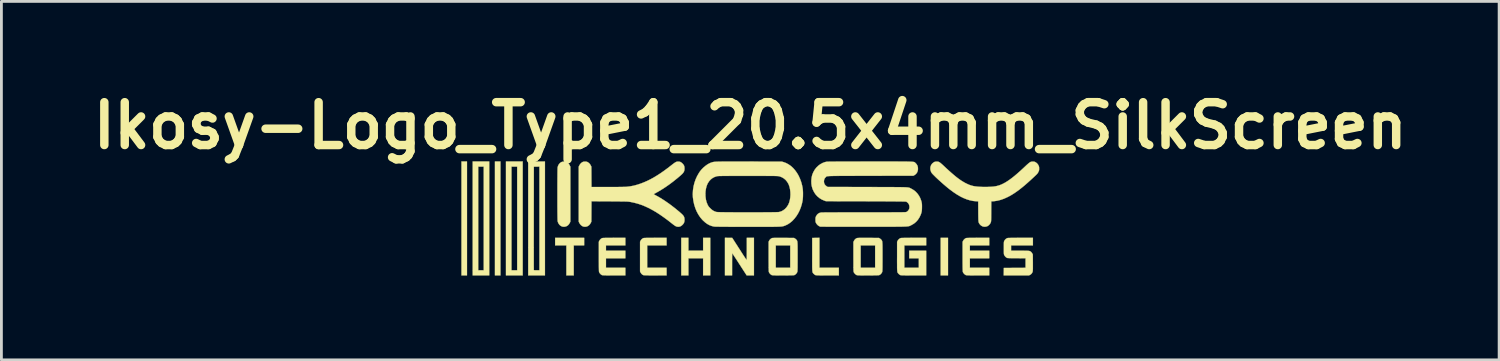
<source format=kicad_pcb>
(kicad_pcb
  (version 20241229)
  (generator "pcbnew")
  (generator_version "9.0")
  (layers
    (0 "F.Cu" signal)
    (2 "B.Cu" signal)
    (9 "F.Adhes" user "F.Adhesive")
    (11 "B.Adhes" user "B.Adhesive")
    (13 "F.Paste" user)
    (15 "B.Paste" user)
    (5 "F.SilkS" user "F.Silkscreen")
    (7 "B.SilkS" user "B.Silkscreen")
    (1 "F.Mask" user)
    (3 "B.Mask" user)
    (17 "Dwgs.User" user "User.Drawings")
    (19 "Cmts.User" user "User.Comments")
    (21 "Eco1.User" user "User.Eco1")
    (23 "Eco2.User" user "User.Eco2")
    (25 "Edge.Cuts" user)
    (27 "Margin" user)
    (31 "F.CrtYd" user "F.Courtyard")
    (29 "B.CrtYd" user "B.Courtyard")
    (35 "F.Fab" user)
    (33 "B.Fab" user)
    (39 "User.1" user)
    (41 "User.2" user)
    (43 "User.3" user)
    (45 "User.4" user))
  (footprint "Ikosy-Logo_Type1_20.5x4mm_SilkScreen"
    (layer "F.Cu")
    (at 23.629 4.718)
    (property "Reference" "Ikosy-Logo_Type1_20.5x4mm_SilkScreen" (at 0 -3.3 0) (layer "F.SilkS") (effects (font (size 1.524 1.524) (thickness 0.3))))
    (attr exclude_from_pos_files exclude_from_bom)
    (fp_poly (pts (xy -10.073 2.025) (xy -10.269 2.025) (xy -10.269 -2.025) (xy -10.073 -2.025) (xy -10.073 2.025)) (stroke (width 0.01) (type solid)) (fill yes) (layer "F.SilkS"))
    (fp_poly (pts (xy -8.883 2.025) (xy -9.079 2.025) (xy -9.079 -2.025) (xy -8.883 -2.025) (xy -8.883 2.025)) (stroke (width 0.01) (type solid)) (fill yes) (layer "F.SilkS"))
    (fp_poly (pts (xy 7.032 2.025) (xy 6.771 2.025) (xy 6.771 0.689) (xy 7.032 0.689) (xy 7.032 2.025)) (stroke (width 0.01) (type solid)) (fill yes) (layer "F.SilkS"))
    (fp_poly (pts (xy -5.907 0.958) (xy -6.277 0.958) (xy -6.277 2.025) (xy -6.539 2.025) (xy -6.539 0.958) (xy -6.938 0.958) (xy -6.938 0.689) (xy -5.907 0.689) (xy -5.907 0.958)) (stroke (width 0.01) (type solid)) (fill yes) (layer "F.SilkS"))
    (fp_poly (pts (xy -9.282 2.025) (xy -9.87 2.025) (xy -9.87 -1.843) (xy -9.674 -1.843) (xy -9.674 1.843) (xy -9.478 1.843) (xy -9.478 -1.843) (xy -9.674 -1.843) (xy -9.87 -1.843) (xy -9.87 -2.025) (xy -9.282 -2.025) (xy -9.282 2.025)) (stroke (width 0.01) (type solid)) (fill yes) (layer "F.SilkS"))
    (fp_poly (pts (xy -8.092 2.025) (xy -8.687 2.025) (xy -8.687 -1.843) (xy -8.491 -1.843) (xy -8.491 1.843) (xy -8.288 1.843) (xy -8.288 -1.843) (xy -8.491 -1.843) (xy -8.687 -1.843) (xy -8.687 -2.025) (xy -8.092 -2.025) (xy -8.092 2.025)) (stroke (width 0.01) (type solid)) (fill yes) (layer "F.SilkS"))
    (fp_poly (pts (xy -2.199 1.147) (xy -1.676 1.147) (xy -1.676 0.689) (xy -1.422 0.689) (xy -1.422 2.025) (xy -1.676 2.025) (xy -1.676 1.415) (xy -2.199 1.415) (xy -2.199 2.025) (xy -2.453 2.025) (xy -2.453 0.689) (xy -2.199 0.689) (xy -2.199 1.147)) (stroke (width 0.01) (type solid)) (fill yes) (layer "F.SilkS"))
    (fp_poly (pts (xy -7.301 2.025) (xy -7.896 2.025) (xy -7.896 0.897) (xy -7.699 0.897) (xy -7.699 1.027) (xy -7.698 1.15) (xy -7.698 1.265) (xy -7.698 1.371) (xy -7.698 1.468) (xy -7.698 1.554) (xy -7.698 1.631) (xy -7.698 1.696) (xy -7.697 1.749) (xy -7.697 1.79) (xy -7.697 1.818) (xy -7.697 1.832) (xy -7.696 1.834) (xy -7.69 1.838) (xy -7.675 1.841) (xy -7.648 1.843) (xy -7.609 1.843) (xy -7.595 1.843) (xy -7.497 1.843) (xy -7.497 -1.844) (xy -7.596 -1.842) (xy -7.696 -1.84) (xy -7.698 -0.007) (xy -7.698 0.155) (xy -7.698 0.313) (xy -7.698 0.467) (xy -7.698 0.616) (xy -7.699 0.76) (xy -7.699 0.897) (xy -7.896 0.897) (xy -7.896 -2.025) (xy -7.301 -2.025) (xy -7.301 2.025)) (stroke (width 0.01) (type solid)) (fill yes) (layer "F.SilkS"))
    (fp_poly (pts (xy -2.975 0.958) (xy -3.665 0.958) (xy -3.665 1.756) (xy -2.975 1.756) (xy -2.975 2.025) (xy -3.376 2.024) (xy -3.467 2.024) (xy -3.544 2.024) (xy -3.608 2.024) (xy -3.662 2.023) (xy -3.705 2.022) (xy -3.739 2.021) (xy -3.765 2.02) (xy -3.784 2.018) (xy -3.798 2.016) (xy -3.805 2.014) (xy -3.841 1.994) (xy -3.873 1.963) (xy -3.899 1.924) (xy -3.902 1.92) (xy -3.919 1.883) (xy -3.919 0.831) (xy -3.902 0.794) (xy -3.879 0.759) (xy -3.849 0.728) (xy -3.815 0.705) (xy -3.797 0.698) (xy -3.784 0.696) (xy -3.761 0.694) (xy -3.727 0.693) (xy -3.682 0.691) (xy -3.624 0.691) (xy -3.554 0.69) (xy -3.47 0.69) (xy -3.373 0.689) (xy -2.975 0.689) (xy -2.975 0.958)) (stroke (width 0.01) (type solid)) (fill yes) (layer "F.SilkS"))
    (fp_poly (pts (xy 2.46 1.756) (xy 3.15 1.756) (xy 3.15 2.025) (xy 2.745 2.025) (xy 2.658 2.025) (xy 2.584 2.024) (xy 2.522 2.024) (xy 2.471 2.024) (xy 2.429 2.023) (xy 2.397 2.022) (xy 2.371 2.021) (xy 2.352 2.02) (xy 2.337 2.018) (xy 2.326 2.016) (xy 2.318 2.014) (xy 2.311 2.011) (xy 2.289 1.998) (xy 2.266 1.978) (xy 2.254 1.967) (xy 2.245 1.957) (xy 2.237 1.949) (xy 2.23 1.94) (xy 2.224 1.931) (xy 2.219 1.921) (xy 2.215 1.907) (xy 2.212 1.89) (xy 2.209 1.869) (xy 2.207 1.841) (xy 2.205 1.807) (xy 2.204 1.766) (xy 2.203 1.716) (xy 2.203 1.657) (xy 2.203 1.587) (xy 2.202 1.506) (xy 2.203 1.412) (xy 2.203 1.305) (xy 2.203 1.288) (xy 2.203 0.693) (xy 2.46 0.689) (xy 2.46 1.756)) (stroke (width 0.01) (type solid)) (fill yes) (layer "F.SilkS"))
    (fp_poly (pts (xy 0.131 2.025) (xy -0.127 2.025) (xy -0.381 1.632) (xy -0.425 1.564) (xy -0.466 1.5) (xy -0.505 1.44) (xy -0.541 1.386) (xy -0.572 1.339) (xy -0.598 1.299) (xy -0.618 1.268) (xy -0.632 1.247) (xy -0.639 1.237) (xy -0.64 1.237) (xy -0.641 1.243) (xy -0.642 1.262) (xy -0.643 1.294) (xy -0.644 1.336) (xy -0.645 1.387) (xy -0.645 1.447) (xy -0.646 1.513) (xy -0.646 1.584) (xy -0.646 1.629) (xy -0.646 2.025) (xy -0.9 2.025) (xy -0.9 0.689) (xy -0.771 0.69) (xy -0.642 0.69) (xy -0.388 1.085) (xy -0.344 1.153) (xy -0.303 1.218) (xy -0.264 1.278) (xy -0.229 1.332) (xy -0.198 1.379) (xy -0.171 1.418) (xy -0.151 1.449) (xy -0.137 1.47) (xy -0.13 1.479) (xy -0.129 1.48) (xy -0.128 1.473) (xy -0.127 1.453) (xy -0.126 1.421) (xy -0.125 1.378) (xy -0.125 1.326) (xy -0.124 1.267) (xy -0.124 1.2) (xy -0.123 1.128) (xy -0.123 1.085) (xy -0.123 0.689) (xy 0.131 0.689) (xy 0.131 2.025)) (stroke (width 0.01) (type solid)) (fill yes) (layer "F.SilkS"))
    (fp_poly (pts (xy -4.441 0.958) (xy -5.131 0.958) (xy -5.131 1.147) (xy -4.441 1.147) (xy -4.441 1.415) (xy -5.131 1.415) (xy -5.131 1.756) (xy -4.441 1.756) (xy -4.441 2.025) (xy -4.846 2.025) (xy -4.933 2.025) (xy -5.007 2.024) (xy -5.069 2.024) (xy -5.12 2.024) (xy -5.162 2.023) (xy -5.194 2.022) (xy -5.22 2.021) (xy -5.239 2.02) (xy -5.254 2.018) (xy -5.265 2.016) (xy -5.273 2.014) (xy -5.28 2.011) (xy -5.308 1.993) (xy -5.336 1.966) (xy -5.36 1.936) (xy -5.375 1.906) (xy -5.376 1.903) (xy -5.378 1.892) (xy -5.38 1.873) (xy -5.381 1.844) (xy -5.382 1.804) (xy -5.383 1.754) (xy -5.384 1.693) (xy -5.384 1.619) (xy -5.385 1.533) (xy -5.385 1.433) (xy -5.385 1.353) (xy -5.385 0.831) (xy -5.368 0.794) (xy -5.345 0.759) (xy -5.315 0.728) (xy -5.281 0.705) (xy -5.262 0.698) (xy -5.25 0.696) (xy -5.227 0.694) (xy -5.193 0.693) (xy -5.148 0.691) (xy -5.09 0.691) (xy -5.02 0.69) (xy -4.936 0.69) (xy -4.839 0.689) (xy -4.441 0.689) (xy -4.441 0.958)) (stroke (width 0.01) (type solid)) (fill yes) (layer "F.SilkS"))
    (fp_poly (pts (xy 8.498 0.958) (xy 7.809 0.958) (xy 7.809 1.147) (xy 8.498 1.147) (xy 8.498 1.415) (xy 7.809 1.415) (xy 7.809 1.756) (xy 8.498 1.756) (xy 8.498 2.025) (xy 8.094 2.025) (xy 8.006 2.025) (xy 7.932 2.024) (xy 7.87 2.024) (xy 7.819 2.024) (xy 7.778 2.023) (xy 7.745 2.022) (xy 7.72 2.021) (xy 7.7 2.02) (xy 7.686 2.018) (xy 7.675 2.016) (xy 7.667 2.014) (xy 7.66 2.011) (xy 7.631 1.993) (xy 7.602 1.966) (xy 7.577 1.935) (xy 7.561 1.905) (xy 7.561 1.904) (xy 7.559 1.896) (xy 7.557 1.884) (xy 7.556 1.866) (xy 7.555 1.842) (xy 7.554 1.811) (xy 7.553 1.771) (xy 7.552 1.722) (xy 7.552 1.663) (xy 7.551 1.593) (xy 7.551 1.511) (xy 7.551 1.415) (xy 7.551 1.353) (xy 7.551 0.831) (xy 7.568 0.797) (xy 7.588 0.765) (xy 7.616 0.735) (xy 7.646 0.712) (xy 7.675 0.698) (xy 7.675 0.697) (xy 7.69 0.695) (xy 7.719 0.694) (xy 7.762 0.692) (xy 7.819 0.691) (xy 7.889 0.69) (xy 7.973 0.69) (xy 8.07 0.689) (xy 8.101 0.689) (xy 8.498 0.689) (xy 8.498 0.958)) (stroke (width 0.01) (type solid)) (fill yes) (layer "F.SilkS"))
    (fp_poly (pts (xy -6.58 -2.018) (xy -6.538 -2.007) (xy -6.528 -2.002) (xy -6.479 -1.968) (xy -6.44 -1.923) (xy -6.418 -1.883) (xy -6.397 -1.84) (xy -6.397 0.112) (xy -6.416 0.153) (xy -6.448 0.206) (xy -6.487 0.247) (xy -6.534 0.276) (xy -6.587 0.292) (xy -6.61 0.295) (xy -6.65 0.295) (xy -6.683 0.289) (xy -6.696 0.285) (xy -6.745 0.26) (xy -6.787 0.223) (xy -6.82 0.176) (xy -6.843 0.122) (xy -6.85 0.091) (xy -6.851 0.077) (xy -6.852 0.05) (xy -6.853 0.01) (xy -6.854 -0.04) (xy -6.855 -0.101) (xy -6.856 -0.172) (xy -6.857 -0.25) (xy -6.857 -0.335) (xy -6.858 -0.425) (xy -6.858 -0.521) (xy -6.858 -0.62) (xy -6.858 -0.722) (xy -6.858 -0.825) (xy -6.858 -0.929) (xy -6.858 -1.032) (xy -6.858 -1.133) (xy -6.858 -1.232) (xy -6.857 -1.326) (xy -6.857 -1.415) (xy -6.856 -1.499) (xy -6.856 -1.575) (xy -6.855 -1.643) (xy -6.854 -1.701) (xy -6.853 -1.749) (xy -6.852 -1.785) (xy -6.851 -1.809) (xy -6.85 -1.818) (xy -6.833 -1.875) (xy -6.806 -1.925) (xy -6.77 -1.967) (xy -6.727 -1.999) (xy -6.714 -2.005) (xy -6.673 -2.018) (xy -6.627 -2.022) (xy -6.58 -2.018)) (stroke (width 0.01) (type solid)) (fill yes) (layer "F.SilkS"))
    (fp_poly (pts (xy 6.256 0.958) (xy 5.479 0.958) (xy 5.479 1.756) (xy 5.994 1.756) (xy 5.994 1.415) (xy 5.653 1.415) (xy 5.653 1.147) (xy 6.256 1.147) (xy 6.256 2.025) (xy 5.808 2.025) (xy 5.715 2.025) (xy 5.636 2.024) (xy 5.57 2.024) (xy 5.514 2.024) (xy 5.469 2.023) (xy 5.432 2.023) (xy 5.403 2.022) (xy 5.381 2.021) (xy 5.364 2.019) (xy 5.351 2.018) (xy 5.342 2.015) (xy 5.334 2.013) (xy 5.33 2.011) (xy 5.308 1.998) (xy 5.285 1.978) (xy 5.273 1.967) (xy 5.264 1.957) (xy 5.255 1.947) (xy 5.248 1.938) (xy 5.242 1.929) (xy 5.237 1.917) (xy 5.233 1.903) (xy 5.229 1.884) (xy 5.227 1.86) (xy 5.225 1.831) (xy 5.223 1.794) (xy 5.222 1.749) (xy 5.222 1.695) (xy 5.222 1.631) (xy 5.221 1.556) (xy 5.221 1.468) (xy 5.222 1.366) (xy 5.222 0.831) (xy 5.239 0.796) (xy 5.26 0.763) (xy 5.29 0.733) (xy 5.322 0.709) (xy 5.347 0.698) (xy 5.359 0.696) (xy 5.38 0.694) (xy 5.411 0.693) (xy 5.452 0.692) (xy 5.505 0.691) (xy 5.571 0.69) (xy 5.649 0.69) (xy 5.74 0.689) (xy 5.816 0.689) (xy 6.256 0.689) (xy 6.256 0.958)) (stroke (width 0.01) (type solid)) (fill yes) (layer "F.SilkS"))
    (fp_poly (pts (xy 10.051 0.958) (xy 9.275 0.958) (xy 9.275 1.147) (xy 9.588 1.147) (xy 9.668 1.147) (xy 9.734 1.147) (xy 9.789 1.148) (xy 9.833 1.149) (xy 9.869 1.15) (xy 9.897 1.153) (xy 9.919 1.156) (xy 9.936 1.16) (xy 9.95 1.165) (xy 9.961 1.171) (xy 9.973 1.179) (xy 9.981 1.185) (xy 9.997 1.202) (xy 10.016 1.225) (xy 10.026 1.242) (xy 10.048 1.281) (xy 10.05 1.564) (xy 10.05 1.654) (xy 10.05 1.729) (xy 10.05 1.789) (xy 10.048 1.836) (xy 10.046 1.867) (xy 10.044 1.883) (xy 10.028 1.927) (xy 10.001 1.966) (xy 9.966 1.996) (xy 9.947 2.007) (xy 9.91 2.025) (xy 9.013 2.025) (xy 9.015 1.892) (xy 9.017 1.76) (xy 9.403 1.758) (xy 9.79 1.756) (xy 9.79 1.416) (xy 9.469 1.414) (xy 9.392 1.413) (xy 9.328 1.413) (xy 9.277 1.412) (xy 9.235 1.411) (xy 9.203 1.41) (xy 9.178 1.409) (xy 9.159 1.408) (xy 9.146 1.406) (xy 9.136 1.403) (xy 9.128 1.4) (xy 9.12 1.397) (xy 9.119 1.396) (xy 9.08 1.368) (xy 9.048 1.33) (xy 9.034 1.306) (xy 9.029 1.297) (xy 9.025 1.287) (xy 9.023 1.276) (xy 9.02 1.262) (xy 9.019 1.243) (xy 9.018 1.217) (xy 9.017 1.183) (xy 9.017 1.138) (xy 9.017 1.081) (xy 9.017 1.052) (xy 9.017 0.99) (xy 9.017 0.94) (xy 9.018 0.901) (xy 9.018 0.871) (xy 9.02 0.849) (xy 9.022 0.833) (xy 9.024 0.821) (xy 9.028 0.81) (xy 9.032 0.8) (xy 9.034 0.797) (xy 9.055 0.764) (xy 9.084 0.733) (xy 9.117 0.71) (xy 9.143 0.698) (xy 9.154 0.696) (xy 9.175 0.694) (xy 9.206 0.693) (xy 9.248 0.692) (xy 9.301 0.691) (xy 9.366 0.69) (xy 9.444 0.69) (xy 9.535 0.689) (xy 9.611 0.689) (xy 10.051 0.689) (xy 10.051 0.958)) (stroke (width 0.01) (type solid)) (fill yes) (layer "F.SilkS"))
    (fp_poly (pts (xy 1.091 0.69) (xy 1.183 0.691) (xy 1.557 0.693) (xy 1.59 0.713) (xy 1.614 0.73) (xy 1.636 0.75) (xy 1.643 0.758) (xy 1.65 0.768) (xy 1.657 0.777) (xy 1.663 0.787) (xy 1.668 0.798) (xy 1.672 0.812) (xy 1.675 0.829) (xy 1.677 0.851) (xy 1.679 0.878) (xy 1.681 0.912) (xy 1.682 0.954) (xy 1.683 1.005) (xy 1.683 1.066) (xy 1.684 1.137) (xy 1.684 1.221) (xy 1.684 1.318) (xy 1.684 1.357) (xy 1.684 1.457) (xy 1.684 1.543) (xy 1.683 1.617) (xy 1.683 1.679) (xy 1.683 1.732) (xy 1.682 1.775) (xy 1.681 1.81) (xy 1.68 1.837) (xy 1.679 1.859) (xy 1.678 1.876) (xy 1.676 1.888) (xy 1.674 1.898) (xy 1.672 1.905) (xy 1.655 1.938) (xy 1.63 1.97) (xy 1.6 1.997) (xy 1.569 2.014) (xy 1.563 2.016) (xy 1.551 2.018) (xy 1.531 2.02) (xy 1.502 2.021) (xy 1.462 2.023) (xy 1.412 2.023) (xy 1.349 2.024) (xy 1.274 2.024) (xy 1.186 2.025) (xy 1.16 2.025) (xy 1.077 2.025) (xy 1.006 2.024) (xy 0.948 2.024) (xy 0.9 2.024) (xy 0.862 2.023) (xy 0.832 2.022) (xy 0.809 2.021) (xy 0.792 2.019) (xy 0.779 2.018) (xy 0.769 2.015) (xy 0.761 2.013) (xy 0.758 2.011) (xy 0.73 1.993) (xy 0.702 1.966) (xy 0.678 1.936) (xy 0.663 1.906) (xy 0.662 1.903) (xy 0.66 1.892) (xy 0.658 1.873) (xy 0.657 1.844) (xy 0.656 1.804) (xy 0.655 1.754) (xy 0.654 1.693) (xy 0.654 1.619) (xy 0.653 1.533) (xy 0.653 1.433) (xy 0.653 1.353) (xy 0.653 0.958) (xy 0.907 0.958) (xy 0.907 1.756) (xy 1.422 1.756) (xy 1.422 0.958) (xy 0.907 0.958) (xy 0.653 0.958) (xy 0.653 0.831) (xy 0.67 0.794) (xy 0.693 0.758) (xy 0.725 0.727) (xy 0.76 0.704) (xy 0.779 0.697) (xy 0.791 0.695) (xy 0.813 0.693) (xy 0.846 0.692) (xy 0.889 0.691) (xy 0.944 0.691) (xy 1.011 0.69) (xy 1.091 0.69)) (stroke (width 0.01) (type solid)) (fill yes) (layer "F.SilkS"))
    (fp_poly (pts (xy 4.099 0.69) (xy 4.19 0.691) (xy 4.202 0.691) (xy 4.576 0.693) (xy 4.609 0.713) (xy 4.633 0.73) (xy 4.655 0.75) (xy 4.662 0.758) (xy 4.669 0.768) (xy 4.676 0.777) (xy 4.682 0.787) (xy 4.687 0.798) (xy 4.691 0.812) (xy 4.694 0.829) (xy 4.696 0.851) (xy 4.698 0.878) (xy 4.7 0.912) (xy 4.701 0.954) (xy 4.702 1.005) (xy 4.702 1.066) (xy 4.703 1.137) (xy 4.703 1.221) (xy 4.703 1.318) (xy 4.703 1.357) (xy 4.703 1.457) (xy 4.703 1.543) (xy 4.702 1.617) (xy 4.702 1.679) (xy 4.702 1.732) (xy 4.701 1.775) (xy 4.7 1.81) (xy 4.699 1.837) (xy 4.698 1.859) (xy 4.696 1.876) (xy 4.695 1.888) (xy 4.693 1.898) (xy 4.691 1.905) (xy 4.674 1.938) (xy 4.649 1.97) (xy 4.619 1.997) (xy 4.588 2.014) (xy 4.582 2.016) (xy 4.57 2.018) (xy 4.55 2.02) (xy 4.52 2.021) (xy 4.481 2.023) (xy 4.43 2.023) (xy 4.368 2.024) (xy 4.293 2.024) (xy 4.205 2.025) (xy 4.179 2.025) (xy 4.096 2.025) (xy 4.025 2.024) (xy 3.967 2.024) (xy 3.919 2.024) (xy 3.881 2.023) (xy 3.851 2.022) (xy 3.828 2.021) (xy 3.811 2.019) (xy 3.798 2.018) (xy 3.788 2.015) (xy 3.78 2.012) (xy 3.777 2.011) (xy 3.748 1.992) (xy 3.719 1.965) (xy 3.693 1.932) (xy 3.681 1.911) (xy 3.679 1.905) (xy 3.677 1.897) (xy 3.675 1.887) (xy 3.673 1.873) (xy 3.672 1.855) (xy 3.671 1.831) (xy 3.67 1.801) (xy 3.67 1.763) (xy 3.669 1.716) (xy 3.669 1.659) (xy 3.669 1.591) (xy 3.669 1.512) (xy 3.668 1.42) (xy 3.668 1.361) (xy 3.668 0.958) (xy 3.926 0.958) (xy 3.926 1.756) (xy 4.441 1.756) (xy 4.441 0.958) (xy 3.926 0.958) (xy 3.668 0.958) (xy 3.668 0.838) (xy 3.686 0.8) (xy 3.708 0.763) (xy 3.739 0.731) (xy 3.773 0.707) (xy 3.797 0.697) (xy 3.81 0.695) (xy 3.831 0.694) (xy 3.862 0.692) (xy 3.904 0.691) (xy 3.956 0.691) (xy 4.021 0.69) (xy 4.099 0.69)) (stroke (width 0.01) (type solid)) (fill yes) (layer "F.SilkS"))
    (fp_poly (pts (xy -2.532 -2.022) (xy -2.487 -2.01) (xy -2.445 -1.985) (xy -2.413 -1.957) (xy -2.378 -1.918) (xy -2.355 -1.88) (xy -2.342 -1.838) (xy -2.338 -1.79) (xy -2.338 -1.76) (xy -2.341 -1.729) (xy -2.346 -1.701) (xy -2.354 -1.675) (xy -2.367 -1.65) (xy -2.385 -1.623) (xy -2.409 -1.594) (xy -2.442 -1.562) (xy -2.483 -1.525) (xy -2.533 -1.482) (xy -2.589 -1.435) (xy -2.737 -1.316) (xy -2.881 -1.208) (xy -3.022 -1.11) (xy -3.162 -1.02) (xy -3.304 -0.937) (xy -3.373 -0.899) (xy -3.399 -0.885) (xy -3.419 -0.873) (xy -3.431 -0.865) (xy -3.432 -0.864) (xy -3.426 -0.859) (xy -3.41 -0.849) (xy -3.386 -0.836) (xy -3.366 -0.824) (xy -3.203 -0.733) (xy -3.04 -0.63) (xy -2.875 -0.515) (xy -2.708 -0.388) (xy -2.576 -0.281) (xy -2.518 -0.233) (xy -2.471 -0.191) (xy -2.432 -0.156) (xy -2.402 -0.126) (xy -2.38 -0.099) (xy -2.363 -0.074) (xy -2.352 -0.05) (xy -2.345 -0.024) (xy -2.34 0.003) (xy -2.338 0.033) (xy -2.339 0.087) (xy -2.347 0.131) (xy -2.365 0.171) (xy -2.393 0.209) (xy -2.413 0.23) (xy -2.455 0.265) (xy -2.499 0.287) (xy -2.545 0.296) (xy -2.58 0.295) (xy -2.607 0.291) (xy -2.632 0.283) (xy -2.66 0.27) (xy -2.691 0.25) (xy -2.729 0.223) (xy -2.769 0.192) (xy -2.924 0.07) (xy -3.072 -0.039) (xy -3.214 -0.138) (xy -3.35 -0.226) (xy -3.483 -0.303) (xy -3.612 -0.371) (xy -3.739 -0.43) (xy -3.865 -0.481) (xy -3.991 -0.523) (xy -4.117 -0.557) (xy -4.244 -0.584) (xy -4.289 -0.592) (xy -4.304 -0.595) (xy -4.32 -0.596) (xy -4.338 -0.598) (xy -4.361 -0.6) (xy -4.387 -0.601) (xy -4.419 -0.602) (xy -4.457 -0.603) (xy -4.503 -0.604) (xy -4.558 -0.605) (xy -4.621 -0.605) (xy -4.695 -0.606) (xy -4.781 -0.607) (xy -4.879 -0.607) (xy -4.99 -0.608) (xy -5.005 -0.608) (xy -5.646 -0.611) (xy -5.648 -0.249) (xy -5.65 0.112) (xy -5.669 0.153) (xy -5.7 0.205) (xy -5.739 0.246) (xy -5.784 0.275) (xy -5.834 0.292) (xy -5.86 0.295) (xy -5.888 0.295) (xy -5.914 0.293) (xy -5.927 0.291) (xy -5.974 0.272) (xy -6.017 0.24) (xy -6.054 0.198) (xy -6.081 0.153) (xy -6.1 0.112) (xy -6.1 -1.84) (xy -6.081 -1.88) (xy -6.05 -1.931) (xy -6.011 -1.973) (xy -5.969 -2.002) (xy -5.947 -2.012) (xy -5.926 -2.018) (xy -5.9 -2.02) (xy -5.875 -2.021) (xy -5.842 -2.02) (xy -5.818 -2.017) (xy -5.797 -2.01) (xy -5.78 -2.002) (xy -5.735 -1.97) (xy -5.697 -1.928) (xy -5.669 -1.88) (xy -5.65 -1.84) (xy -5.648 -1.479) (xy -5.646 -1.118) (xy -5.074 -1.118) (xy -4.977 -1.118) (xy -4.883 -1.118) (xy -4.794 -1.118) (xy -4.711 -1.119) (xy -4.635 -1.12) (xy -4.568 -1.121) (xy -4.51 -1.122) (xy -4.463 -1.123) (xy -4.428 -1.124) (xy -4.408 -1.125) (xy -4.272 -1.141) (xy -4.137 -1.167) (xy -3.999 -1.205) (xy -3.873 -1.248) (xy -3.76 -1.293) (xy -3.649 -1.342) (xy -3.538 -1.398) (xy -3.425 -1.46) (xy -3.31 -1.53) (xy -3.191 -1.607) (xy -3.066 -1.694) (xy -2.935 -1.791) (xy -2.811 -1.887) (xy -2.762 -1.925) (xy -2.721 -1.956) (xy -2.689 -1.979) (xy -2.662 -1.996) (xy -2.639 -2.008) (xy -2.619 -2.015) (xy -2.599 -2.02) (xy -2.582 -2.022) (xy -2.532 -2.022)) (stroke (width 0.01) (type solid)) (fill yes) (layer "F.SilkS"))
    (fp_poly (pts (xy 10.079 -2.02) (xy 10.102 -2.017) (xy 10.122 -2.011) (xy 10.144 -2) (xy 10.193 -1.965) (xy 10.232 -1.919) (xy 10.253 -1.88) (xy 10.263 -1.857) (xy 10.269 -1.835) (xy 10.272 -1.809) (xy 10.272 -1.774) (xy 10.272 -1.741) (xy 10.27 -1.717) (xy 10.265 -1.697) (xy 10.255 -1.674) (xy 10.245 -1.653) (xy 10.235 -1.633) (xy 10.225 -1.616) (xy 10.212 -1.599) (xy 10.196 -1.58) (xy 10.174 -1.557) (xy 10.145 -1.529) (xy 10.107 -1.493) (xy 10.1 -1.486) (xy 9.978 -1.373) (xy 9.864 -1.271) (xy 9.758 -1.178) (xy 9.657 -1.095) (xy 9.562 -1.02) (xy 9.471 -0.954) (xy 9.384 -0.894) (xy 9.299 -0.841) (xy 9.215 -0.793) (xy 9.148 -0.759) (xy 9.022 -0.702) (xy 8.899 -0.659) (xy 8.78 -0.63) (xy 8.664 -0.613) (xy 8.642 -0.612) (xy 8.571 -0.607) (xy 8.569 -0.251) (xy 8.569 -0.17) (xy 8.568 -0.102) (xy 8.568 -0.046) (xy 8.567 -0.000405) (xy 8.566 0.036) (xy 8.565 0.065) (xy 8.564 0.087) (xy 8.562 0.104) (xy 8.56 0.117) (xy 8.557 0.127) (xy 8.554 0.137) (xy 8.55 0.147) (xy 8.529 0.187) (xy 8.498 0.225) (xy 8.462 0.257) (xy 8.43 0.276) (xy 8.381 0.291) (xy 8.329 0.295) (xy 8.279 0.288) (xy 8.267 0.284) (xy 8.218 0.26) (xy 8.176 0.224) (xy 8.152 0.193) (xy 8.143 0.18) (xy 8.135 0.167) (xy 8.129 0.155) (xy 8.124 0.14) (xy 8.12 0.123) (xy 8.116 0.101) (xy 8.114 0.074) (xy 8.112 0.04) (xy 8.111 -0.003) (xy 8.11 -0.055) (xy 8.109 -0.118) (xy 8.108 -0.193) (xy 8.108 -0.251) (xy 8.106 -0.607) (xy 8.026 -0.612) (xy 7.919 -0.623) (xy 7.81 -0.646) (xy 7.7 -0.679) (xy 7.588 -0.724) (xy 7.473 -0.78) (xy 7.355 -0.849) (xy 7.233 -0.93) (xy 7.105 -1.024) (xy 7.048 -1.069) (xy 6.994 -1.113) (xy 6.937 -1.161) (xy 6.878 -1.211) (xy 6.818 -1.264) (xy 6.759 -1.317) (xy 6.701 -1.369) (xy 6.646 -1.42) (xy 6.595 -1.468) (xy 6.55 -1.513) (xy 6.511 -1.552) (xy 6.479 -1.585) (xy 6.457 -1.611) (xy 6.446 -1.626) (xy 6.419 -1.683) (xy 6.405 -1.742) (xy 6.403 -1.8) (xy 6.414 -1.855) (xy 6.436 -1.906) (xy 6.47 -1.952) (xy 6.515 -1.989) (xy 6.533 -2) (xy 6.555 -2.011) (xy 6.575 -2.017) (xy 6.598 -2.02) (xy 6.629 -2.021) (xy 6.661 -2.02) (xy 6.684 -2.017) (xy 6.704 -2.011) (xy 6.726 -2) (xy 6.727 -1.999) (xy 6.745 -1.987) (xy 6.771 -1.967) (xy 6.802 -1.941) (xy 6.836 -1.911) (xy 6.861 -1.888) (xy 6.967 -1.788) (xy 7.065 -1.699) (xy 7.155 -1.619) (xy 7.238 -1.548) (xy 7.315 -1.484) (xy 7.387 -1.428) (xy 7.455 -1.379) (xy 7.52 -1.335) (xy 7.583 -1.297) (xy 7.644 -1.262) (xy 7.681 -1.244) (xy 7.744 -1.214) (xy 7.803 -1.19) (xy 7.86 -1.171) (xy 7.92 -1.155) (xy 7.984 -1.143) (xy 8.056 -1.134) (xy 8.138 -1.127) (xy 8.192 -1.124) (xy 8.268 -1.121) (xy 8.349 -1.12) (xy 8.43 -1.121) (xy 8.51 -1.124) (xy 8.585 -1.128) (xy 8.653 -1.134) (xy 8.711 -1.142) (xy 8.739 -1.147) (xy 8.804 -1.163) (xy 8.87 -1.183) (xy 8.937 -1.21) (xy 9.005 -1.243) (xy 9.077 -1.282) (xy 9.151 -1.329) (xy 9.23 -1.383) (xy 9.313 -1.445) (xy 9.402 -1.516) (xy 9.497 -1.597) (xy 9.599 -1.687) (xy 9.708 -1.787) (xy 9.826 -1.898) (xy 9.859 -1.927) (xy 9.891 -1.955) (xy 9.92 -1.978) (xy 9.942 -1.995) (xy 9.95 -1.999) (xy 9.973 -2.011) (xy 9.993 -2.017) (xy 10.015 -2.02) (xy 10.047 -2.021) (xy 10.048 -2.021) (xy 10.079 -2.02)) (stroke (width 0.01) (type solid)) (fill yes) (layer "F.SilkS"))
    (fp_poly (pts (xy -0.542 -2.024) (xy -0.42 -2.024) (xy -0.284 -2.023) (xy -0.136 -2.023) (xy -0.047 -2.023) (xy 1.121 -2.021) (xy 1.179 -2.005) (xy 1.272 -1.971) (xy 1.36 -1.924) (xy 1.444 -1.865) (xy 1.523 -1.794) (xy 1.595 -1.712) (xy 1.661 -1.62) (xy 1.72 -1.519) (xy 1.77 -1.409) (xy 1.812 -1.293) (xy 1.832 -1.221) (xy 1.848 -1.155) (xy 1.859 -1.097) (xy 1.867 -1.042) (xy 1.872 -0.985) (xy 1.875 -0.921) (xy 1.875 -0.864) (xy 1.874 -0.792) (xy 1.871 -0.731) (xy 1.866 -0.675) (xy 1.857 -0.62) (xy 1.845 -0.56) (xy 1.832 -0.505) (xy 1.797 -0.39) (xy 1.753 -0.281) (xy 1.7 -0.177) (xy 1.64 -0.082) (xy 1.573 0.005) (xy 1.5 0.083) (xy 1.422 0.15) (xy 1.34 0.205) (xy 1.254 0.247) (xy 1.235 0.254) (xy 1.22 0.26) (xy 1.206 0.265) (xy 1.193 0.269) (xy 1.179 0.273) (xy 1.165 0.277) (xy 1.149 0.28) (xy 1.13 0.283) (xy 1.109 0.286) (xy 1.084 0.288) (xy 1.054 0.29) (xy 1.02 0.292) (xy 0.979 0.293) (xy 0.933 0.294) (xy 0.878 0.295) (xy 0.816 0.296) (xy 0.745 0.296) (xy 0.665 0.297) (xy 0.575 0.297) (xy 0.474 0.297) (xy 0.361 0.297) (xy 0.237 0.297) (xy 0.099 0.297) (xy -0.052 0.297) (xy -0.097 0.297) (xy -0.255 0.297) (xy -0.4 0.297) (xy -0.531 0.296) (xy -0.649 0.296) (xy -0.755 0.296) (xy -0.85 0.295) (xy -0.933 0.295) (xy -1.007 0.295) (xy -1.07 0.294) (xy -1.125 0.293) (xy -1.17 0.293) (xy -1.208 0.292) (xy -1.239 0.291) (xy -1.263 0.29) (xy -1.28 0.289) (xy -1.292 0.287) (xy -1.295 0.287) (xy -1.378 0.266) (xy -1.456 0.236) (xy -1.53 0.195) (xy -1.604 0.141) (xy -1.677 0.075) (xy -1.705 0.047) (xy -1.78 -0.042) (xy -1.847 -0.142) (xy -1.906 -0.252) (xy -1.955 -0.37) (xy -1.994 -0.495) (xy -2.022 -0.625) (xy -2.04 -0.755) (xy -2.044 -0.865) (xy -1.595 -0.865) (xy -1.59 -0.767) (xy -1.577 -0.671) (xy -1.554 -0.581) (xy -1.521 -0.499) (xy -1.519 -0.493) (xy -1.502 -0.46) (xy -1.485 -0.433) (xy -1.465 -0.407) (xy -1.439 -0.379) (xy -1.419 -0.359) (xy -1.364 -0.309) (xy -1.31 -0.272) (xy -1.253 -0.245) (xy -1.197 -0.229) (xy -1.183 -0.227) (xy -1.155 -0.226) (xy -1.114 -0.225) (xy -1.062 -0.223) (xy -0.999 -0.222) (xy -0.927 -0.221) (xy -0.847 -0.22) (xy -0.759 -0.22) (xy -0.664 -0.219) (xy -0.565 -0.218) (xy -0.46 -0.218) (xy -0.352 -0.218) (xy -0.242 -0.217) (xy -0.131 -0.217) (xy -0.019 -0.217) (xy 0.093 -0.217) (xy 0.202 -0.217) (xy 0.31 -0.218) (xy 0.413 -0.218) (xy 0.512 -0.219) (xy 0.605 -0.219) (xy 0.692 -0.22) (xy 0.771 -0.221) (xy 0.841 -0.222) (xy 0.902 -0.223) (xy 0.952 -0.225) (xy 0.99 -0.226) (xy 1.016 -0.227) (xy 1.026 -0.229) (xy 1.1 -0.251) (xy 1.169 -0.287) (xy 1.233 -0.335) (xy 1.289 -0.394) (xy 1.336 -0.463) (xy 1.354 -0.494) (xy 1.386 -0.571) (xy 1.409 -0.657) (xy 1.423 -0.75) (xy 1.429 -0.845) (xy 1.426 -0.942) (xy 1.415 -1.036) (xy 1.395 -1.126) (xy 1.366 -1.208) (xy 1.352 -1.237) (xy 1.308 -1.309) (xy 1.255 -1.372) (xy 1.192 -1.425) (xy 1.121 -1.466) (xy 1.045 -1.495) (xy 1.025 -1.5) (xy 1.017 -1.502) (xy 1.008 -1.503) (xy 0.997 -1.505) (xy 0.983 -1.506) (xy 0.967 -1.507) (xy 0.947 -1.508) (xy 0.922 -1.509) (xy 0.892 -1.51) (xy 0.856 -1.511) (xy 0.814 -1.511) (xy 0.763 -1.512) (xy 0.705 -1.512) (xy 0.637 -1.512) (xy 0.56 -1.513) (xy 0.473 -1.513) (xy 0.374 -1.513) (xy 0.263 -1.513) (xy 0.14 -1.513) (xy 0.004 -1.513) (xy -0.083 -1.513) (xy -0.228 -1.513) (xy -0.359 -1.513) (xy -0.477 -1.513) (xy -0.583 -1.513) (xy -0.677 -1.513) (xy -0.76 -1.513) (xy -0.833 -1.512) (xy -0.897 -1.512) (xy -0.952 -1.512) (xy -0.999 -1.511) (xy -1.039 -1.51) (xy -1.072 -1.51) (xy -1.1 -1.509) (xy -1.123 -1.508) (xy -1.141 -1.507) (xy -1.156 -1.506) (xy -1.168 -1.504) (xy -1.178 -1.503) (xy -1.187 -1.501) (xy -1.192 -1.5) (xy -1.27 -1.474) (xy -1.342 -1.436) (xy -1.406 -1.386) (xy -1.462 -1.325) (xy -1.508 -1.254) (xy -1.521 -1.23) (xy -1.553 -1.149) (xy -1.576 -1.059) (xy -1.59 -0.964) (xy -1.595 -0.865) (xy -2.044 -0.865) (xy -2.044 -0.882) (xy -2.036 -1.011) (xy -2.016 -1.141) (xy -1.984 -1.269) (xy -1.941 -1.393) (xy -1.887 -1.511) (xy -1.823 -1.621) (xy -1.784 -1.678) (xy -1.729 -1.745) (xy -1.667 -1.808) (xy -1.6 -1.865) (xy -1.531 -1.915) (xy -1.462 -1.955) (xy -1.403 -1.981) (xy -1.388 -1.986) (xy -1.374 -1.991) (xy -1.36 -1.996) (xy -1.347 -2) (xy -1.332 -2.004) (xy -1.316 -2.007) (xy -1.298 -2.01) (xy -1.277 -2.013) (xy -1.253 -2.015) (xy -1.224 -2.017) (xy -1.19 -2.019) (xy -1.15 -2.02) (xy -1.104 -2.021) (xy -1.051 -2.022) (xy -0.989 -2.023) (xy -0.92 -2.023) (xy -0.841 -2.024) (xy -0.752 -2.024) (xy -0.653 -2.024) (xy -0.542 -2.024)) (stroke (width 0.01) (type solid)) (fill yes) (layer "F.SilkS"))
    (fp_poly (pts (xy 5.016 -2.025) (xy 5.129 -2.025) (xy 5.231 -2.025) (xy 5.323 -2.024) (xy 5.405 -2.024) (xy 5.477 -2.023) (xy 5.542 -2.023) (xy 5.598 -2.022) (xy 5.646 -2.021) (xy 5.688 -2.019) (xy 5.723 -2.018) (xy 5.753 -2.016) (xy 5.778 -2.014) (xy 5.798 -2.012) (xy 5.814 -2.009) (xy 5.827 -2.006) (xy 5.837 -2.003) (xy 5.845 -1.999) (xy 5.851 -1.995) (xy 5.857 -1.991) (xy 5.862 -1.986) (xy 5.867 -1.98) (xy 5.873 -1.974) (xy 5.876 -1.972) (xy 5.917 -1.927) (xy 5.946 -1.876) (xy 5.961 -1.819) (xy 5.964 -1.754) (xy 5.964 -1.75) (xy 5.954 -1.688) (xy 5.932 -1.634) (xy 5.899 -1.588) (xy 5.856 -1.551) (xy 5.841 -1.542) (xy 5.802 -1.52) (xy 4.282 -1.517) (xy 4.105 -1.516) (xy 3.942 -1.516) (xy 3.793 -1.516) (xy 3.656 -1.515) (xy 3.532 -1.515) (xy 3.419 -1.515) (xy 3.317 -1.514) (xy 3.226 -1.514) (xy 3.144 -1.513) (xy 3.071 -1.513) (xy 3.008 -1.512) (xy 2.952 -1.511) (xy 2.904 -1.51) (xy 2.862 -1.509) (xy 2.827 -1.507) (xy 2.798 -1.506) (xy 2.774 -1.504) (xy 2.754 -1.502) (xy 2.738 -1.499) (xy 2.726 -1.497) (xy 2.717 -1.494) (xy 2.709 -1.49) (xy 2.703 -1.487) (xy 2.699 -1.483) (xy 2.694 -1.478) (xy 2.69 -1.473) (xy 2.685 -1.468) (xy 2.682 -1.465) (xy 2.649 -1.427) (xy 2.629 -1.381) (xy 2.62 -1.328) (xy 2.62 -1.317) (xy 2.626 -1.262) (xy 2.645 -1.215) (xy 2.676 -1.175) (xy 2.72 -1.141) (xy 2.72 -1.141) (xy 2.754 -1.121) (xy 4.166 -1.118) (xy 4.336 -1.117) (xy 4.492 -1.117) (xy 4.635 -1.116) (xy 4.766 -1.116) (xy 4.884 -1.116) (xy 4.991 -1.115) (xy 5.088 -1.115) (xy 5.174 -1.114) (xy 5.251 -1.114) (xy 5.319 -1.113) (xy 5.378 -1.112) (xy 5.43 -1.111) (xy 5.475 -1.11) (xy 5.514 -1.108) (xy 5.547 -1.107) (xy 5.575 -1.105) (xy 5.598 -1.103) (xy 5.618 -1.1) (xy 5.634 -1.097) (xy 5.647 -1.094) (xy 5.659 -1.091) (xy 5.669 -1.087) (xy 5.679 -1.082) (xy 5.689 -1.078) (xy 5.699 -1.072) (xy 5.71 -1.067) (xy 5.718 -1.063) (xy 5.801 -1.015) (xy 5.877 -0.957) (xy 5.943 -0.887) (xy 6 -0.808) (xy 6.046 -0.72) (xy 6.081 -0.624) (xy 6.087 -0.603) (xy 6.094 -0.574) (xy 6.099 -0.548) (xy 6.103 -0.521) (xy 6.105 -0.49) (xy 6.106 -0.451) (xy 6.106 -0.414) (xy 6.105 -0.347) (xy 6.102 -0.292) (xy 6.095 -0.243) (xy 6.084 -0.197) (xy 6.068 -0.15) (xy 6.058 -0.123) (xy 6.012 -0.03) (xy 5.958 0.052) (xy 5.895 0.122) (xy 5.823 0.182) (xy 5.742 0.23) (xy 5.737 0.232) (xy 5.723 0.239) (xy 5.711 0.246) (xy 5.7 0.251) (xy 5.69 0.257) (xy 5.679 0.262) (xy 5.668 0.266) (xy 5.656 0.27) (xy 5.642 0.274) (xy 5.626 0.277) (xy 5.607 0.28) (xy 5.584 0.283) (xy 5.557 0.285) (xy 5.525 0.287) (xy 5.487 0.288) (xy 5.444 0.29) (xy 5.394 0.291) (xy 5.336 0.292) (xy 5.271 0.293) (xy 5.198 0.293) (xy 5.115 0.294) (xy 5.023 0.294) (xy 4.92 0.294) (xy 4.807 0.295) (xy 4.682 0.295) (xy 4.545 0.295) (xy 4.396 0.295) (xy 4.233 0.295) (xy 4.057 0.295) (xy 4.039 0.295) (xy 3.89 0.295) (xy 3.746 0.295) (xy 3.606 0.295) (xy 3.471 0.295) (xy 3.342 0.295) (xy 3.219 0.295) (xy 3.103 0.295) (xy 2.995 0.294) (xy 2.896 0.294) (xy 2.806 0.294) (xy 2.726 0.294) (xy 2.656 0.293) (xy 2.597 0.293) (xy 2.551 0.292) (xy 2.517 0.292) (xy 2.496 0.291) (xy 2.489 0.291) (xy 2.44 0.269) (xy 2.395 0.235) (xy 2.358 0.193) (xy 2.335 0.154) (xy 2.327 0.135) (xy 2.322 0.114) (xy 2.32 0.088) (xy 2.319 0.052) (xy 2.319 0.043) (xy 2.319 0.008) (xy 2.32 -0.017) (xy 2.324 -0.037) (xy 2.33 -0.055) (xy 2.34 -0.077) (xy 2.343 -0.081) (xy 2.374 -0.132) (xy 2.413 -0.169) (xy 2.46 -0.196) (xy 2.517 -0.211) (xy 2.529 -0.212) (xy 2.555 -0.212) (xy 2.594 -0.213) (xy 2.647 -0.214) (xy 2.712 -0.214) (xy 2.789 -0.215) (xy 2.878 -0.215) (xy 2.978 -0.216) (xy 3.088 -0.216) (xy 3.209 -0.217) (xy 3.339 -0.217) (xy 3.478 -0.217) (xy 3.626 -0.218) (xy 3.782 -0.218) (xy 3.946 -0.218) (xy 4.042 -0.218) (xy 4.215 -0.218) (xy 4.374 -0.218) (xy 4.52 -0.218) (xy 4.653 -0.218) (xy 4.773 -0.218) (xy 4.883 -0.218) (xy 4.981 -0.218) (xy 5.069 -0.219) (xy 5.147 -0.219) (xy 5.216 -0.219) (xy 5.277 -0.22) (xy 5.329 -0.22) (xy 5.374 -0.22) (xy 5.413 -0.221) (xy 5.445 -0.222) (xy 5.472 -0.222) (xy 5.494 -0.223) (xy 5.511 -0.224) (xy 5.524 -0.225) (xy 5.535 -0.226) (xy 5.543 -0.227) (xy 5.548 -0.229) (xy 5.553 -0.23) (xy 5.555 -0.231) (xy 5.588 -0.253) (xy 5.619 -0.284) (xy 5.642 -0.32) (xy 5.65 -0.336) (xy 5.659 -0.376) (xy 5.66 -0.421) (xy 5.653 -0.466) (xy 5.64 -0.504) (xy 5.637 -0.51) (xy 5.614 -0.542) (xy 5.585 -0.571) (xy 5.555 -0.592) (xy 5.545 -0.597) (xy 5.539 -0.598) (xy 5.526 -0.6) (xy 5.505 -0.6) (xy 5.476 -0.601) (xy 5.438 -0.602) (xy 5.391 -0.603) (xy 5.334 -0.604) (xy 5.267 -0.604) (xy 5.19 -0.605) (xy 5.102 -0.606) (xy 5.003 -0.606) (xy 4.892 -0.607) (xy 4.769 -0.608) (xy 4.633 -0.608) (xy 4.484 -0.609) (xy 4.321 -0.609) (xy 4.145 -0.61) (xy 4.111 -0.61) (xy 2.696 -0.613) (xy 2.645 -0.63) (xy 2.552 -0.669) (xy 2.467 -0.72) (xy 2.392 -0.781) (xy 2.326 -0.852) (xy 2.271 -0.934) (xy 2.226 -1.024) (xy 2.204 -1.085) (xy 2.185 -1.159) (xy 2.174 -1.234) (xy 2.171 -1.315) (xy 2.172 -1.356) (xy 2.182 -1.456) (xy 2.203 -1.548) (xy 2.237 -1.634) (xy 2.284 -1.719) (xy 2.294 -1.735) (xy 2.351 -1.809) (xy 2.417 -1.873) (xy 2.49 -1.928) (xy 2.568 -1.971) (xy 2.65 -2.002) (xy 2.714 -2.017) (xy 2.727 -2.018) (xy 2.754 -2.019) (xy 2.795 -2.02) (xy 2.849 -2.021) (xy 2.916 -2.021) (xy 2.998 -2.022) (xy 3.093 -2.023) (xy 3.202 -2.023) (xy 3.326 -2.024) (xy 3.463 -2.024) (xy 3.615 -2.024) (xy 3.78 -2.024) (xy 3.96 -2.025) (xy 4.155 -2.025) (xy 4.265 -2.025) (xy 4.441 -2.025) (xy 4.604 -2.025) (xy 4.754 -2.025) (xy 4.891 -2.025) (xy 5.016 -2.025)) (stroke (width 0.01) (type solid)) (fill yes) (layer "F.SilkS")))
  (gr_rect
    (start -3 -3)
    (end 50.259 9.748)
    (stroke (width 0.1) (type default))
    (fill no)
    (layer "Edge.Cuts")))
</source>
